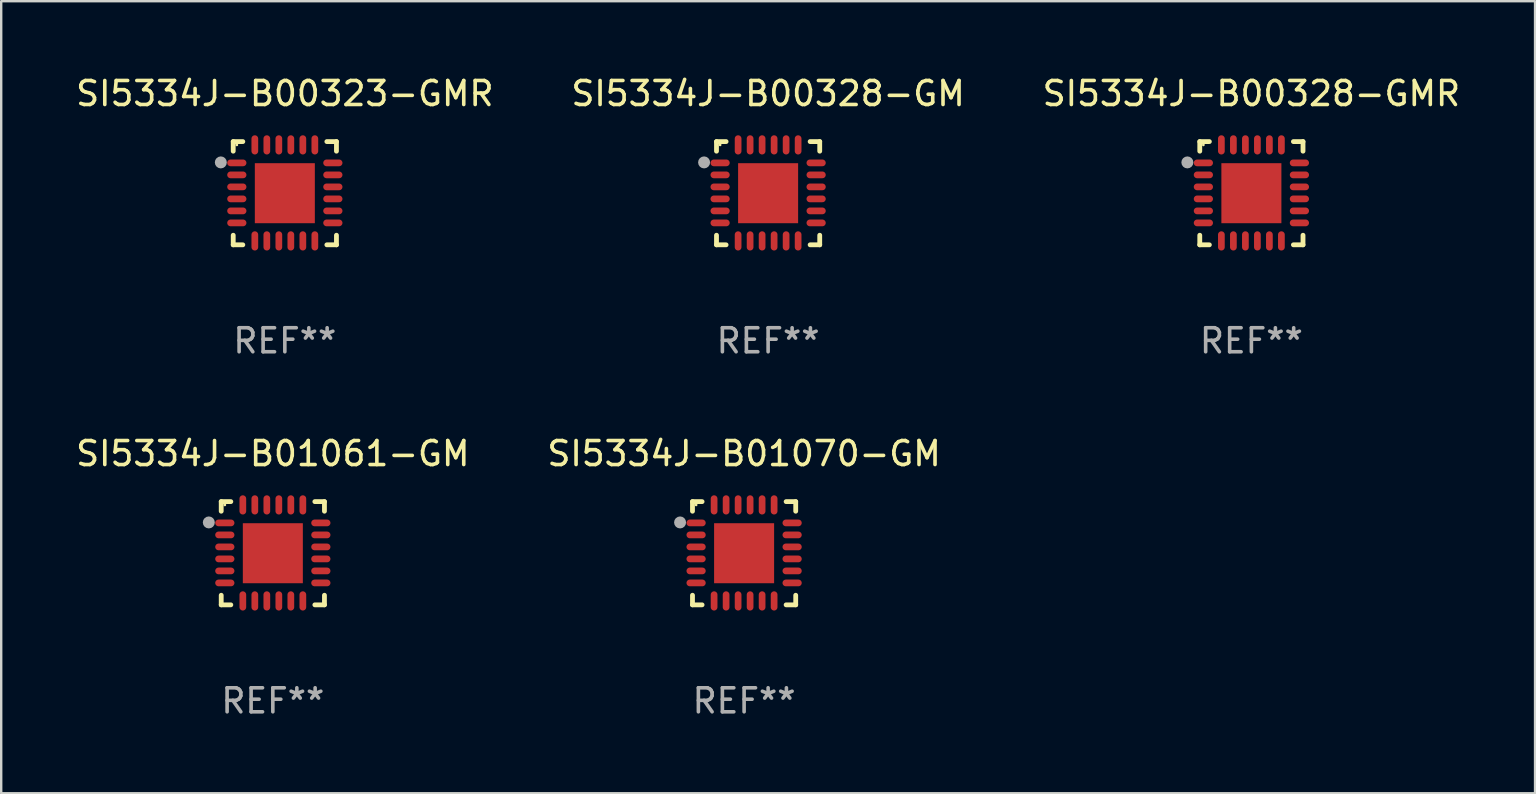
<source format=kicad_pcb>
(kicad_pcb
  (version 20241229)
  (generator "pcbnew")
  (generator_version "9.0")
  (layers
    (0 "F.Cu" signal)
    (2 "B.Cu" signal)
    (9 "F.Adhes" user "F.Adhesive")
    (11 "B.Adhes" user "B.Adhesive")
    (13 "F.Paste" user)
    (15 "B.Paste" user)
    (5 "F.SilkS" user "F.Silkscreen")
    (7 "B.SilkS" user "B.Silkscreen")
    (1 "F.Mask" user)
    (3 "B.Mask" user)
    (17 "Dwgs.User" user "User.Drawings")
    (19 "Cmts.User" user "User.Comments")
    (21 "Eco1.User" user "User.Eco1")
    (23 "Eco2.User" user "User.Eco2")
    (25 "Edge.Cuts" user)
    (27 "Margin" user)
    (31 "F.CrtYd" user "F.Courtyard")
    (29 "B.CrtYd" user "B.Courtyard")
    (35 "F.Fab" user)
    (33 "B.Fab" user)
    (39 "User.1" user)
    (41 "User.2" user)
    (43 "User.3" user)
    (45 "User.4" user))
  (footprint "SI5334J-B00323-GMR"
    (layer "F.Cu")
    (at 8.815 4.998)
    (property "Reference" "SI5334J-B00323-GMR" (at 0 -4.15 0) (layer "F.SilkS") (effects (font (size 1 1) (thickness 0.15))))
    (attr through_hole)
    (fp_line (start -2.15 -2.15) (end -1.75 -2.15) (stroke (width 0.2) (type solid)) (layer "F.SilkS"))
    (fp_line (start -2.15 -1.75) (end -2.15 -2.15) (stroke (width 0.2) (type solid)) (layer "F.SilkS"))
    (fp_line (start -2.15 2.15) (end -2.15 1.75) (stroke (width 0.2) (type solid)) (layer "F.SilkS"))
    (fp_line (start -1.75 2.15) (end -2.15 2.15) (stroke (width 0.2) (type solid)) (layer "F.SilkS"))
    (fp_line (start 1.75 -2.15) (end 2.15 -2.15) (stroke (width 0.2) (type solid)) (layer "F.SilkS"))
    (fp_line (start 1.75 2.15) (end 2.15 2.15) (stroke (width 0.2) (type solid)) (layer "F.SilkS"))
    (fp_line (start 2.15 -2.15) (end 2.15 -1.75) (stroke (width 0.2) (type solid)) (layer "F.SilkS"))
    (fp_line (start 2.15 2.15) (end 2.15 1.75) (stroke (width 0.2) (type solid)) (layer "F.SilkS"))
    (fp_circle (center -2 -2.013) (end -1.97 -2.013) (stroke (width 0.06) (type solid)) (fill no) (layer "F.SilkS"))
    (fp_circle (center -2.667 -1.283) (end -2.542 -1.283) (stroke (width 0.25) (type solid)) (fill no) (layer "F.Fab"))
    (fp_text user "REF**" (at 0 6.15 0) (layer "F.Fab") (effects (font (size 1 1) (thickness 0.15))))
    (pad "1" smd oval (at -2 -1.263) (size 0.8 0.28) (layers "F.Cu" "F.Mask" "F.Paste"))
    (pad "2" smd oval (at -2 -0.763) (size 0.8 0.28) (layers "F.Cu" "F.Mask" "F.Paste"))
    (pad "3" smd oval (at -2 -0.263) (size 0.8 0.28) (layers "F.Cu" "F.Mask" "F.Paste"))
    (pad "4" smd oval (at -2 0.237) (size 0.8 0.28) (layers "F.Cu" "F.Mask" "F.Paste"))
    (pad "5" smd oval (at -2 0.737) (size 0.8 0.28) (layers "F.Cu" "F.Mask" "F.Paste"))
    (pad "6" smd oval (at -2 1.237) (size 0.8 0.28) (layers "F.Cu" "F.Mask" "F.Paste"))
    (pad "7" smd oval (at -1.25 1.987) (size 0.28 0.8) (layers "F.Cu" "F.Mask" "F.Paste"))
    (pad "8" smd oval (at -0.75 1.987) (size 0.28 0.8) (layers "F.Cu" "F.Mask" "F.Paste"))
    (pad "9" smd oval (at -0.25 1.987) (size 0.28 0.8) (layers "F.Cu" "F.Mask" "F.Paste"))
    (pad "10" smd oval (at 0.25 1.987) (size 0.28 0.8) (layers "F.Cu" "F.Mask" "F.Paste"))
    (pad "11" smd oval (at 0.75 1.987) (size 0.28 0.8) (layers "F.Cu" "F.Mask" "F.Paste"))
    (pad "12" smd oval (at 1.25 1.987) (size 0.28 0.8) (layers "F.Cu" "F.Mask" "F.Paste"))
    (pad "13" smd oval (at 2 1.237) (size 0.8 0.28) (layers "F.Cu" "F.Mask" "F.Paste"))
    (pad "14" smd oval (at 2 0.737) (size 0.8 0.28) (layers "F.Cu" "F.Mask" "F.Paste"))
    (pad "15" smd oval (at 2 0.237) (size 0.8 0.28) (layers "F.Cu" "F.Mask" "F.Paste"))
    (pad "16" smd oval (at 2 -0.263) (size 0.8 0.28) (layers "F.Cu" "F.Mask" "F.Paste"))
    (pad "17" smd oval (at 2 -0.763) (size 0.8 0.28) (layers "F.Cu" "F.Mask" "F.Paste"))
    (pad "18" smd oval (at 2 -1.263) (size 0.8 0.28) (layers "F.Cu" "F.Mask" "F.Paste"))
    (pad "19" smd oval (at 1.25 -2.013) (size 0.28 0.8) (layers "F.Cu" "F.Mask" "F.Paste"))
    (pad "20" smd oval (at 0.75 -2.013) (size 0.28 0.8) (layers "F.Cu" "F.Mask" "F.Paste"))
    (pad "21" smd oval (at 0.25 -2.013) (size 0.28 0.8) (layers "F.Cu" "F.Mask" "F.Paste"))
    (pad "22" smd oval (at -0.25 -2.013) (size 0.28 0.8) (layers "F.Cu" "F.Mask" "F.Paste"))
    (pad "23" smd oval (at -0.75 -2.013) (size 0.28 0.8) (layers "F.Cu" "F.Mask" "F.Paste"))
    (pad "24" smd oval (at -1.25 -2.013) (size 0.28 0.8) (layers "F.Cu" "F.Mask" "F.Paste"))
    (pad "25" smd rect (at -0.000127 -0.00014) (size 2.5 2.5) (layers "F.Cu" "F.Mask" "F.Paste")))
  (footprint "SI5334J-B01061-GM"
    (layer "F.Cu")
    (at 8.315 19.995)
    (property "Reference" "SI5334J-B01061-GM" (at 0 -4.15 0) (layer "F.SilkS") (effects (font (size 1 1) (thickness 0.15))))
    (attr through_hole)
    (fp_line (start -2.15 -2.15) (end -1.75 -2.15) (stroke (width 0.2) (type solid)) (layer "F.SilkS"))
    (fp_line (start -2.15 -1.75) (end -2.15 -2.15) (stroke (width 0.2) (type solid)) (layer "F.SilkS"))
    (fp_line (start -2.15 2.15) (end -2.15 1.75) (stroke (width 0.2) (type solid)) (layer "F.SilkS"))
    (fp_line (start -1.75 2.15) (end -2.15 2.15) (stroke (width 0.2) (type solid)) (layer "F.SilkS"))
    (fp_line (start 1.75 -2.15) (end 2.15 -2.15) (stroke (width 0.2) (type solid)) (layer "F.SilkS"))
    (fp_line (start 1.75 2.15) (end 2.15 2.15) (stroke (width 0.2) (type solid)) (layer "F.SilkS"))
    (fp_line (start 2.15 -2.15) (end 2.15 -1.75) (stroke (width 0.2) (type solid)) (layer "F.SilkS"))
    (fp_line (start 2.15 2.15) (end 2.15 1.75) (stroke (width 0.2) (type solid)) (layer "F.SilkS"))
    (fp_circle (center -2 -2.013) (end -1.97 -2.013) (stroke (width 0.06) (type solid)) (fill no) (layer "F.SilkS"))
    (fp_circle (center -2.667 -1.283) (end -2.542 -1.283) (stroke (width 0.25) (type solid)) (fill no) (layer "F.Fab"))
    (fp_text user "REF**" (at 0 6.15 0) (layer "F.Fab") (effects (font (size 1 1) (thickness 0.15))))
    (pad "1" smd oval (at -2 -1.263) (size 0.8 0.28) (layers "F.Cu" "F.Mask" "F.Paste"))
    (pad "2" smd oval (at -2 -0.763) (size 0.8 0.28) (layers "F.Cu" "F.Mask" "F.Paste"))
    (pad "3" smd oval (at -2 -0.263) (size 0.8 0.28) (layers "F.Cu" "F.Mask" "F.Paste"))
    (pad "4" smd oval (at -2 0.237) (size 0.8 0.28) (layers "F.Cu" "F.Mask" "F.Paste"))
    (pad "5" smd oval (at -2 0.737) (size 0.8 0.28) (layers "F.Cu" "F.Mask" "F.Paste"))
    (pad "6" smd oval (at -2 1.237) (size 0.8 0.28) (layers "F.Cu" "F.Mask" "F.Paste"))
    (pad "7" smd oval (at -1.25 1.987) (size 0.28 0.8) (layers "F.Cu" "F.Mask" "F.Paste"))
    (pad "8" smd oval (at -0.75 1.987) (size 0.28 0.8) (layers "F.Cu" "F.Mask" "F.Paste"))
    (pad "9" smd oval (at -0.25 1.987) (size 0.28 0.8) (layers "F.Cu" "F.Mask" "F.Paste"))
    (pad "10" smd oval (at 0.25 1.987) (size 0.28 0.8) (layers "F.Cu" "F.Mask" "F.Paste"))
    (pad "11" smd oval (at 0.75 1.987) (size 0.28 0.8) (layers "F.Cu" "F.Mask" "F.Paste"))
    (pad "12" smd oval (at 1.25 1.987) (size 0.28 0.8) (layers "F.Cu" "F.Mask" "F.Paste"))
    (pad "13" smd oval (at 2 1.237) (size 0.8 0.28) (layers "F.Cu" "F.Mask" "F.Paste"))
    (pad "14" smd oval (at 2 0.737) (size 0.8 0.28) (layers "F.Cu" "F.Mask" "F.Paste"))
    (pad "15" smd oval (at 2 0.237) (size 0.8 0.28) (layers "F.Cu" "F.Mask" "F.Paste"))
    (pad "16" smd oval (at 2 -0.263) (size 0.8 0.28) (layers "F.Cu" "F.Mask" "F.Paste"))
    (pad "17" smd oval (at 2 -0.763) (size 0.8 0.28) (layers "F.Cu" "F.Mask" "F.Paste"))
    (pad "18" smd oval (at 2 -1.263) (size 0.8 0.28) (layers "F.Cu" "F.Mask" "F.Paste"))
    (pad "19" smd oval (at 1.25 -2.013) (size 0.28 0.8) (layers "F.Cu" "F.Mask" "F.Paste"))
    (pad "20" smd oval (at 0.75 -2.013) (size 0.28 0.8) (layers "F.Cu" "F.Mask" "F.Paste"))
    (pad "21" smd oval (at 0.25 -2.013) (size 0.28 0.8) (layers "F.Cu" "F.Mask" "F.Paste"))
    (pad "22" smd oval (at -0.25 -2.013) (size 0.28 0.8) (layers "F.Cu" "F.Mask" "F.Paste"))
    (pad "23" smd oval (at -0.75 -2.013) (size 0.28 0.8) (layers "F.Cu" "F.Mask" "F.Paste"))
    (pad "24" smd oval (at -1.25 -2.013) (size 0.28 0.8) (layers "F.Cu" "F.Mask" "F.Paste"))
    (pad "25" smd rect (at -0.000127 -0.00014) (size 2.5 2.5) (layers "F.Cu" "F.Mask" "F.Paste")))
  (footprint "SI5334J-B00328-GM"
    (layer "F.Cu")
    (at 28.946 4.998)
    (property "Reference" "SI5334J-B00328-GM" (at 0 -4.15 0) (layer "F.SilkS") (effects (font (size 1 1) (thickness 0.15))))
    (attr through_hole)
    (fp_line (start -2.15 -2.15) (end -1.75 -2.15) (stroke (width 0.2) (type solid)) (layer "F.SilkS"))
    (fp_line (start -2.15 -1.75) (end -2.15 -2.15) (stroke (width 0.2) (type solid)) (layer "F.SilkS"))
    (fp_line (start -2.15 2.15) (end -2.15 1.75) (stroke (width 0.2) (type solid)) (layer "F.SilkS"))
    (fp_line (start -1.75 2.15) (end -2.15 2.15) (stroke (width 0.2) (type solid)) (layer "F.SilkS"))
    (fp_line (start 1.75 -2.15) (end 2.15 -2.15) (stroke (width 0.2) (type solid)) (layer "F.SilkS"))
    (fp_line (start 1.75 2.15) (end 2.15 2.15) (stroke (width 0.2) (type solid)) (layer "F.SilkS"))
    (fp_line (start 2.15 -2.15) (end 2.15 -1.75) (stroke (width 0.2) (type solid)) (layer "F.SilkS"))
    (fp_line (start 2.15 2.15) (end 2.15 1.75) (stroke (width 0.2) (type solid)) (layer "F.SilkS"))
    (fp_circle (center -2 -2.013) (end -1.97 -2.013) (stroke (width 0.06) (type solid)) (fill no) (layer "F.SilkS"))
    (fp_circle (center -2.667 -1.283) (end -2.542 -1.283) (stroke (width 0.25) (type solid)) (fill no) (layer "F.Fab"))
    (fp_text user "REF**" (at 0 6.15 0) (layer "F.Fab") (effects (font (size 1 1) (thickness 0.15))))
    (pad "1" smd oval (at -2 -1.263) (size 0.8 0.28) (layers "F.Cu" "F.Mask" "F.Paste"))
    (pad "2" smd oval (at -2 -0.763) (size 0.8 0.28) (layers "F.Cu" "F.Mask" "F.Paste"))
    (pad "3" smd oval (at -2 -0.263) (size 0.8 0.28) (layers "F.Cu" "F.Mask" "F.Paste"))
    (pad "4" smd oval (at -2 0.237) (size 0.8 0.28) (layers "F.Cu" "F.Mask" "F.Paste"))
    (pad "5" smd oval (at -2 0.737) (size 0.8 0.28) (layers "F.Cu" "F.Mask" "F.Paste"))
    (pad "6" smd oval (at -2 1.237) (size 0.8 0.28) (layers "F.Cu" "F.Mask" "F.Paste"))
    (pad "7" smd oval (at -1.25 1.987) (size 0.28 0.8) (layers "F.Cu" "F.Mask" "F.Paste"))
    (pad "8" smd oval (at -0.75 1.987) (size 0.28 0.8) (layers "F.Cu" "F.Mask" "F.Paste"))
    (pad "9" smd oval (at -0.25 1.987) (size 0.28 0.8) (layers "F.Cu" "F.Mask" "F.Paste"))
    (pad "10" smd oval (at 0.25 1.987) (size 0.28 0.8) (layers "F.Cu" "F.Mask" "F.Paste"))
    (pad "11" smd oval (at 0.75 1.987) (size 0.28 0.8) (layers "F.Cu" "F.Mask" "F.Paste"))
    (pad "12" smd oval (at 1.25 1.987) (size 0.28 0.8) (layers "F.Cu" "F.Mask" "F.Paste"))
    (pad "13" smd oval (at 2 1.237) (size 0.8 0.28) (layers "F.Cu" "F.Mask" "F.Paste"))
    (pad "14" smd oval (at 2 0.737) (size 0.8 0.28) (layers "F.Cu" "F.Mask" "F.Paste"))
    (pad "15" smd oval (at 2 0.237) (size 0.8 0.28) (layers "F.Cu" "F.Mask" "F.Paste"))
    (pad "16" smd oval (at 2 -0.263) (size 0.8 0.28) (layers "F.Cu" "F.Mask" "F.Paste"))
    (pad "17" smd oval (at 2 -0.763) (size 0.8 0.28) (layers "F.Cu" "F.Mask" "F.Paste"))
    (pad "18" smd oval (at 2 -1.263) (size 0.8 0.28) (layers "F.Cu" "F.Mask" "F.Paste"))
    (pad "19" smd oval (at 1.25 -2.013) (size 0.28 0.8) (layers "F.Cu" "F.Mask" "F.Paste"))
    (pad "20" smd oval (at 0.75 -2.013) (size 0.28 0.8) (layers "F.Cu" "F.Mask" "F.Paste"))
    (pad "21" smd oval (at 0.25 -2.013) (size 0.28 0.8) (layers "F.Cu" "F.Mask" "F.Paste"))
    (pad "22" smd oval (at -0.25 -2.013) (size 0.28 0.8) (layers "F.Cu" "F.Mask" "F.Paste"))
    (pad "23" smd oval (at -0.75 -2.013) (size 0.28 0.8) (layers "F.Cu" "F.Mask" "F.Paste"))
    (pad "24" smd oval (at -1.25 -2.013) (size 0.28 0.8) (layers "F.Cu" "F.Mask" "F.Paste"))
    (pad "25" smd rect (at -0.000127 -0.00014) (size 2.5 2.5) (layers "F.Cu" "F.Mask" "F.Paste")))
  (footprint "SI5334J-B00328-GMR"
    (layer "F.Cu")
    (at 49.077 4.998)
    (property "Reference" "SI5334J-B00328-GMR" (at 0 -4.15 0) (layer "F.SilkS") (effects (font (size 1 1) (thickness 0.15))))
    (attr through_hole)
    (fp_line (start -2.15 -2.15) (end -1.75 -2.15) (stroke (width 0.2) (type solid)) (layer "F.SilkS"))
    (fp_line (start -2.15 -1.75) (end -2.15 -2.15) (stroke (width 0.2) (type solid)) (layer "F.SilkS"))
    (fp_line (start -2.15 2.15) (end -2.15 1.75) (stroke (width 0.2) (type solid)) (layer "F.SilkS"))
    (fp_line (start -1.75 2.15) (end -2.15 2.15) (stroke (width 0.2) (type solid)) (layer "F.SilkS"))
    (fp_line (start 1.75 -2.15) (end 2.15 -2.15) (stroke (width 0.2) (type solid)) (layer "F.SilkS"))
    (fp_line (start 1.75 2.15) (end 2.15 2.15) (stroke (width 0.2) (type solid)) (layer "F.SilkS"))
    (fp_line (start 2.15 -2.15) (end 2.15 -1.75) (stroke (width 0.2) (type solid)) (layer "F.SilkS"))
    (fp_line (start 2.15 2.15) (end 2.15 1.75) (stroke (width 0.2) (type solid)) (layer "F.SilkS"))
    (fp_circle (center -2 -2.013) (end -1.97 -2.013) (stroke (width 0.06) (type solid)) (fill no) (layer "F.SilkS"))
    (fp_circle (center -2.667 -1.283) (end -2.542 -1.283) (stroke (width 0.25) (type solid)) (fill no) (layer "F.Fab"))
    (fp_text user "REF**" (at 0 6.15 0) (layer "F.Fab") (effects (font (size 1 1) (thickness 0.15))))
    (pad "1" smd oval (at -2 -1.263) (size 0.8 0.28) (layers "F.Cu" "F.Mask" "F.Paste"))
    (pad "2" smd oval (at -2 -0.763) (size 0.8 0.28) (layers "F.Cu" "F.Mask" "F.Paste"))
    (pad "3" smd oval (at -2 -0.263) (size 0.8 0.28) (layers "F.Cu" "F.Mask" "F.Paste"))
    (pad "4" smd oval (at -2 0.237) (size 0.8 0.28) (layers "F.Cu" "F.Mask" "F.Paste"))
    (pad "5" smd oval (at -2 0.737) (size 0.8 0.28) (layers "F.Cu" "F.Mask" "F.Paste"))
    (pad "6" smd oval (at -2 1.237) (size 0.8 0.28) (layers "F.Cu" "F.Mask" "F.Paste"))
    (pad "7" smd oval (at -1.25 1.987) (size 0.28 0.8) (layers "F.Cu" "F.Mask" "F.Paste"))
    (pad "8" smd oval (at -0.75 1.987) (size 0.28 0.8) (layers "F.Cu" "F.Mask" "F.Paste"))
    (pad "9" smd oval (at -0.25 1.987) (size 0.28 0.8) (layers "F.Cu" "F.Mask" "F.Paste"))
    (pad "10" smd oval (at 0.25 1.987) (size 0.28 0.8) (layers "F.Cu" "F.Mask" "F.Paste"))
    (pad "11" smd oval (at 0.75 1.987) (size 0.28 0.8) (layers "F.Cu" "F.Mask" "F.Paste"))
    (pad "12" smd oval (at 1.25 1.987) (size 0.28 0.8) (layers "F.Cu" "F.Mask" "F.Paste"))
    (pad "13" smd oval (at 2 1.237) (size 0.8 0.28) (layers "F.Cu" "F.Mask" "F.Paste"))
    (pad "14" smd oval (at 2 0.737) (size 0.8 0.28) (layers "F.Cu" "F.Mask" "F.Paste"))
    (pad "15" smd oval (at 2 0.237) (size 0.8 0.28) (layers "F.Cu" "F.Mask" "F.Paste"))
    (pad "16" smd oval (at 2 -0.263) (size 0.8 0.28) (layers "F.Cu" "F.Mask" "F.Paste"))
    (pad "17" smd oval (at 2 -0.763) (size 0.8 0.28) (layers "F.Cu" "F.Mask" "F.Paste"))
    (pad "18" smd oval (at 2 -1.263) (size 0.8 0.28) (layers "F.Cu" "F.Mask" "F.Paste"))
    (pad "19" smd oval (at 1.25 -2.013) (size 0.28 0.8) (layers "F.Cu" "F.Mask" "F.Paste"))
    (pad "20" smd oval (at 0.75 -2.013) (size 0.28 0.8) (layers "F.Cu" "F.Mask" "F.Paste"))
    (pad "21" smd oval (at 0.25 -2.013) (size 0.28 0.8) (layers "F.Cu" "F.Mask" "F.Paste"))
    (pad "22" smd oval (at -0.25 -2.013) (size 0.28 0.8) (layers "F.Cu" "F.Mask" "F.Paste"))
    (pad "23" smd oval (at -0.75 -2.013) (size 0.28 0.8) (layers "F.Cu" "F.Mask" "F.Paste"))
    (pad "24" smd oval (at -1.25 -2.013) (size 0.28 0.8) (layers "F.Cu" "F.Mask" "F.Paste"))
    (pad "25" smd rect (at -0.000127 -0.00014) (size 2.5 2.5) (layers "F.Cu" "F.Mask" "F.Paste")))
  (footprint "SI5334J-B01070-GM"
    (layer "F.Cu")
    (at 27.946 19.995)
    (property "Reference" "SI5334J-B01070-GM" (at 0 -4.15 0) (layer "F.SilkS") (effects (font (size 1 1) (thickness 0.15))))
    (attr through_hole)
    (fp_line (start -2.15 -2.15) (end -1.75 -2.15) (stroke (width 0.2) (type solid)) (layer "F.SilkS"))
    (fp_line (start -2.15 -1.75) (end -2.15 -2.15) (stroke (width 0.2) (type solid)) (layer "F.SilkS"))
    (fp_line (start -2.15 2.15) (end -2.15 1.75) (stroke (width 0.2) (type solid)) (layer "F.SilkS"))
    (fp_line (start -1.75 2.15) (end -2.15 2.15) (stroke (width 0.2) (type solid)) (layer "F.SilkS"))
    (fp_line (start 1.75 -2.15) (end 2.15 -2.15) (stroke (width 0.2) (type solid)) (layer "F.SilkS"))
    (fp_line (start 1.75 2.15) (end 2.15 2.15) (stroke (width 0.2) (type solid)) (layer "F.SilkS"))
    (fp_line (start 2.15 -2.15) (end 2.15 -1.75) (stroke (width 0.2) (type solid)) (layer "F.SilkS"))
    (fp_line (start 2.15 2.15) (end 2.15 1.75) (stroke (width 0.2) (type solid)) (layer "F.SilkS"))
    (fp_circle (center -2 -2.013) (end -1.97 -2.013) (stroke (width 0.06) (type solid)) (fill no) (layer "F.SilkS"))
    (fp_circle (center -2.667 -1.283) (end -2.542 -1.283) (stroke (width 0.25) (type solid)) (fill no) (layer "F.Fab"))
    (fp_text user "REF**" (at 0 6.15 0) (layer "F.Fab") (effects (font (size 1 1) (thickness 0.15))))
    (pad "1" smd oval (at -2 -1.263) (size 0.8 0.28) (layers "F.Cu" "F.Mask" "F.Paste"))
    (pad "2" smd oval (at -2 -0.763) (size 0.8 0.28) (layers "F.Cu" "F.Mask" "F.Paste"))
    (pad "3" smd oval (at -2 -0.263) (size 0.8 0.28) (layers "F.Cu" "F.Mask" "F.Paste"))
    (pad "4" smd oval (at -2 0.237) (size 0.8 0.28) (layers "F.Cu" "F.Mask" "F.Paste"))
    (pad "5" smd oval (at -2 0.737) (size 0.8 0.28) (layers "F.Cu" "F.Mask" "F.Paste"))
    (pad "6" smd oval (at -2 1.237) (size 0.8 0.28) (layers "F.Cu" "F.Mask" "F.Paste"))
    (pad "7" smd oval (at -1.25 1.987) (size 0.28 0.8) (layers "F.Cu" "F.Mask" "F.Paste"))
    (pad "8" smd oval (at -0.75 1.987) (size 0.28 0.8) (layers "F.Cu" "F.Mask" "F.Paste"))
    (pad "9" smd oval (at -0.25 1.987) (size 0.28 0.8) (layers "F.Cu" "F.Mask" "F.Paste"))
    (pad "10" smd oval (at 0.25 1.987) (size 0.28 0.8) (layers "F.Cu" "F.Mask" "F.Paste"))
    (pad "11" smd oval (at 0.75 1.987) (size 0.28 0.8) (layers "F.Cu" "F.Mask" "F.Paste"))
    (pad "12" smd oval (at 1.25 1.987) (size 0.28 0.8) (layers "F.Cu" "F.Mask" "F.Paste"))
    (pad "13" smd oval (at 2 1.237) (size 0.8 0.28) (layers "F.Cu" "F.Mask" "F.Paste"))
    (pad "14" smd oval (at 2 0.737) (size 0.8 0.28) (layers "F.Cu" "F.Mask" "F.Paste"))
    (pad "15" smd oval (at 2 0.237) (size 0.8 0.28) (layers "F.Cu" "F.Mask" "F.Paste"))
    (pad "16" smd oval (at 2 -0.263) (size 0.8 0.28) (layers "F.Cu" "F.Mask" "F.Paste"))
    (pad "17" smd oval (at 2 -0.763) (size 0.8 0.28) (layers "F.Cu" "F.Mask" "F.Paste"))
    (pad "18" smd oval (at 2 -1.263) (size 0.8 0.28) (layers "F.Cu" "F.Mask" "F.Paste"))
    (pad "19" smd oval (at 1.25 -2.013) (size 0.28 0.8) (layers "F.Cu" "F.Mask" "F.Paste"))
    (pad "20" smd oval (at 0.75 -2.013) (size 0.28 0.8) (layers "F.Cu" "F.Mask" "F.Paste"))
    (pad "21" smd oval (at 0.25 -2.013) (size 0.28 0.8) (layers "F.Cu" "F.Mask" "F.Paste"))
    (pad "22" smd oval (at -0.25 -2.013) (size 0.28 0.8) (layers "F.Cu" "F.Mask" "F.Paste"))
    (pad "23" smd oval (at -0.75 -2.013) (size 0.28 0.8) (layers "F.Cu" "F.Mask" "F.Paste"))
    (pad "24" smd oval (at -1.25 -2.013) (size 0.28 0.8) (layers "F.Cu" "F.Mask" "F.Paste"))
    (pad "25" smd rect (at -0.000127 -0.00014) (size 2.5 2.5) (layers "F.Cu" "F.Mask" "F.Paste")))
  (gr_rect
    (start -3 -3)
    (end 60.893 29.993)
    (stroke (width 0.1) (type default))
    (fill no)
    (layer "Edge.Cuts")))
</source>
